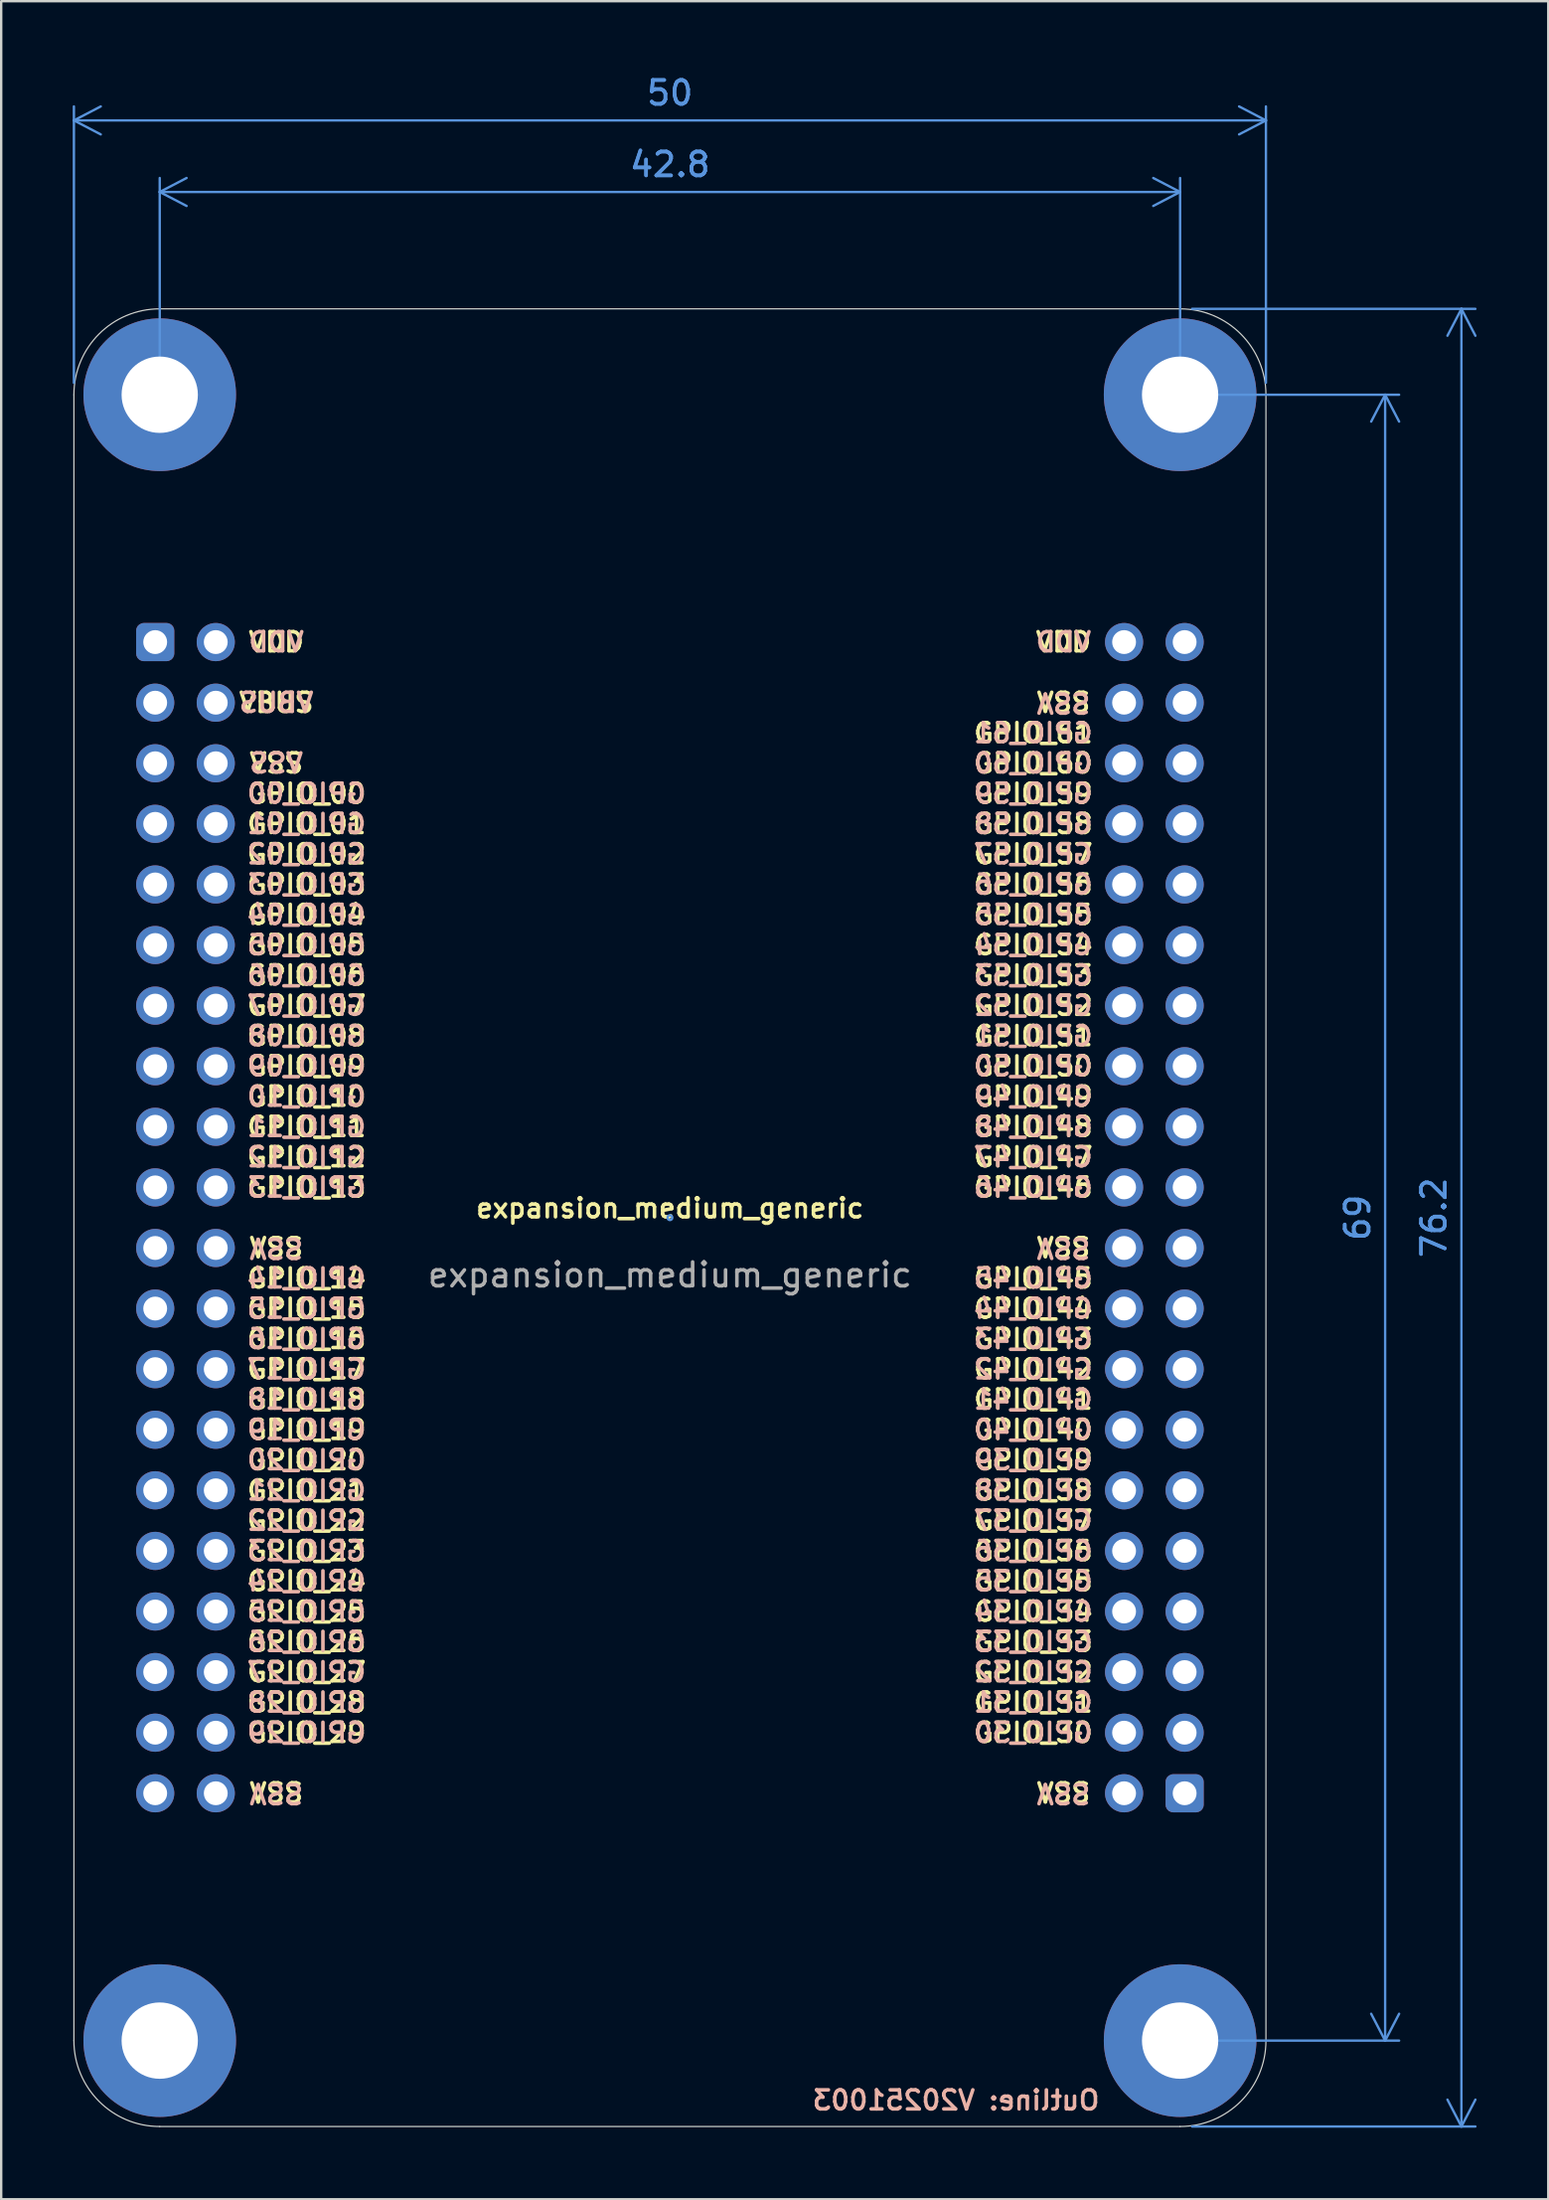
<source format=kicad_pcb>
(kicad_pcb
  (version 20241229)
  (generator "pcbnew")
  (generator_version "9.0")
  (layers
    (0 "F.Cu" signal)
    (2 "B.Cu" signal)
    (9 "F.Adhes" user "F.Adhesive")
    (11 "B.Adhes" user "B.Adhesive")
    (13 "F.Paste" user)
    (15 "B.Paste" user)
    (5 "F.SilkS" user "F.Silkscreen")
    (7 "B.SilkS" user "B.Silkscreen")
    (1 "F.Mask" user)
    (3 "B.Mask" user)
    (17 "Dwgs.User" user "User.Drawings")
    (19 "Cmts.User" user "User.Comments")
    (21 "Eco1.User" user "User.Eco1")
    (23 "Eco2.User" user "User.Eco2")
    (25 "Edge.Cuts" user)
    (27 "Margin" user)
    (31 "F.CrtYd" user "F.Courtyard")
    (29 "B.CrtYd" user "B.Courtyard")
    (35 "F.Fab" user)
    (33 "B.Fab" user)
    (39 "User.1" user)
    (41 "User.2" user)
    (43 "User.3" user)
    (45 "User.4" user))
  (footprint "expansion_medium_generic"
    (layer "F.Cu")
    (at 25.05 47.998)
    (property "Reference" "expansion_medium_generic" (at 0 -0.4 0) (unlocked yes) (layer "F.SilkS") (effects (font (size 0.8 0.8) (thickness 0.15))))
    (fp_circle (center 0 0) (end 0.1 0) (stroke (width 0.1) (type default)) (fill no) (layer "Cmts.User"))
    (fp_line (start -25 34.5) (end -25 -34.5) (stroke (width 0.05) (type solid)) (layer "Edge.Cuts"))
    (fp_line (start -21.4 -38.1) (end 21.4 -38.1) (stroke (width 0.05) (type default)) (layer "Edge.Cuts"))
    (fp_line (start 21.4 38.1) (end -21.4 38.1) (stroke (width 0.05) (type default)) (layer "Edge.Cuts"))
    (fp_line (start 25 -34.5) (end 25 34.5) (stroke (width 0.05) (type solid)) (layer "Edge.Cuts"))
    (fp_arc (start -25 -34.5) (mid -23.945584 -37.045584) (end -21.4 -38.1) (stroke (width 0.05) (type solid)) (layer "Edge.Cuts"))
    (fp_arc (start -21.4 38.1) (mid -23.945584 37.045584) (end -25 34.5) (stroke (width 0.05) (type solid)) (layer "Edge.Cuts"))
    (fp_arc (start 21.4 -38.1) (mid 23.945584 -37.045584) (end 25 -34.5) (stroke (width 0.05) (type solid)) (layer "Edge.Cuts"))
    (fp_arc (start 25 34.5) (mid 23.945584 37.045584) (end 21.4 38.1) (stroke (width 0.05) (type solid)) (layer "Edge.Cuts"))
    (fp_text user "VSS" (at 16.51 1.27 0) (unlocked yes) (layer "F.SilkS") (effects (font (size 0.8 0.8) (thickness 0.15) (bold yes))))
    (fp_text user "GPIO_48" (at 15.24 -3.81 0) (unlocked yes) (layer "F.SilkS") (effects (font (size 0.8 0.8) (thickness 0.15) (bold yes))))
    (fp_text user "GPIO_30" (at 15.24 21.59 0) (unlocked yes) (layer "F.SilkS") (effects (font (size 0.8 0.8) (thickness 0.15) (bold yes))))
    (fp_text user "GPIO_24" (at -15.24 15.24 0) (unlocked yes) (layer "F.SilkS") (effects (font (size 0.8 0.8) (thickness 0.15) (bold yes))))
    (fp_text user "GPIO_37" (at 15.24 12.7 0) (unlocked yes) (layer "F.SilkS") (effects (font (size 0.8 0.8) (thickness 0.15) (bold yes))))
    (fp_text user "VSS" (at -16.51 1.27 0) (unlocked yes) (layer "F.SilkS") (effects (font (size 0.8 0.8) (thickness 0.15) (bold yes))))
    (fp_text user "VBUS" (at -16.51 -21.59 0) (unlocked yes) (layer "F.SilkS") (effects (font (size 0.8 0.8) (thickness 0.15) (bold yes))))
    (fp_text user "GPIO_04" (at -15.24 -12.7 0) (unlocked yes) (layer "F.SilkS") (effects (font (size 0.8 0.8) (thickness 0.15) (bold yes))))
    (fp_text user "GPIO_57" (at 15.24 -15.24 0) (unlocked yes) (layer "F.SilkS") (effects (font (size 0.8 0.8) (thickness 0.15) (bold yes))))
    (fp_text user "VDD" (at 16.51 -24.13 0) (unlocked yes) (layer "F.SilkS") (effects (font (size 0.8 0.8) (thickness 0.15) (bold yes))))
    (fp_text user "GPIO_25" (at -15.24 16.51 0) (unlocked yes) (layer "F.SilkS") (effects (font (size 0.8 0.8) (thickness 0.15) (bold yes))))
    (fp_text user "GPIO_21" (at -15.24 11.43 0) (unlocked yes) (layer "F.SilkS") (effects (font (size 0.8 0.8) (thickness 0.15) (bold yes))))
    (fp_text user "GPIO_31" (at 15.24 20.32 0) (unlocked yes) (layer "F.SilkS") (effects (font (size 0.8 0.8) (thickness 0.15) (bold yes))))
    (fp_text user "GPIO_16" (at -15.24 5.08 0) (unlocked yes) (layer "F.SilkS") (effects (font (size 0.8 0.8) (thickness 0.15) (bold yes))))
    (fp_text user "GPIO_00" (at -15.24 -17.78 0) (unlocked yes) (layer "F.SilkS") (effects (font (size 0.8 0.8) (thickness 0.15) (bold yes))))
    (fp_text user "GPIO_33" (at 15.24 17.78 0) (unlocked yes) (layer "F.SilkS") (effects (font (size 0.8 0.8) (thickness 0.15) (bold yes))))
    (fp_text user "GPIO_13" (at -15.24 -1.27 0) (unlocked yes) (layer "F.SilkS") (effects (font (size 0.8 0.8) (thickness 0.15) (bold yes))))
    (fp_text user "GPIO_09" (at -15.24 -6.35 0) (unlocked yes) (layer "F.SilkS") (effects (font (size 0.8 0.8) (thickness 0.15) (bold yes))))
    (fp_text user "GPIO_02" (at -15.24 -15.24 0) (unlocked yes) (layer "F.SilkS") (effects (font (size 0.8 0.8) (thickness 0.15) (bold yes))))
    (fp_text user "GPIO_05" (at -15.24 -11.43 0) (unlocked yes) (layer "F.SilkS") (effects (font (size 0.8 0.8) (thickness 0.15) (bold yes))))
    (fp_text user "GPIO_59" (at 15.24 -17.78 0) (unlocked yes) (layer "F.SilkS") (effects (font (size 0.8 0.8) (thickness 0.15) (bold yes))))
    (fp_text user "GPIO_03" (at -15.24 -13.97 0) (unlocked yes) (layer "F.SilkS") (effects (font (size 0.8 0.8) (thickness 0.15) (bold yes))))
    (fp_text user "GPIO_06" (at -15.24 -10.16 0) (unlocked yes) (layer "F.SilkS") (effects (font (size 0.8 0.8) (thickness 0.15) (bold yes))))
    (fp_text user "GPIO_34" (at 15.24 16.51 0) (unlocked yes) (layer "F.SilkS") (effects (font (size 0.8 0.8) (thickness 0.15) (bold yes))))
    (fp_text user "GPIO_11" (at -15.24 -3.81 0) (unlocked yes) (layer "F.SilkS") (effects (font (size 0.8 0.8) (thickness 0.15) (bold yes))))
    (fp_text user "GPIO_28" (at -15.24 20.32 0) (unlocked yes) (layer "F.SilkS") (effects (font (size 0.8 0.8) (thickness 0.15) (bold yes))))
    (fp_text user "GPIO_27" (at -15.24 19.05 0) (unlocked yes) (layer "F.SilkS") (effects (font (size 0.8 0.8) (thickness 0.15) (bold yes))))
    (fp_text user "GPIO_41" (at 15.24 7.62 0) (unlocked yes) (layer "F.SilkS") (effects (font (size 0.8 0.8) (thickness 0.15) (bold yes))))
    (fp_text user "GPIO_01" (at -15.24 -16.51 0) (unlocked yes) (layer "F.SilkS") (effects (font (size 0.8 0.8) (thickness 0.15) (bold yes))))
    (fp_text user "GPIO_56" (at 15.24 -13.97 0) (unlocked yes) (layer "F.SilkS") (effects (font (size 0.8 0.8) (thickness 0.15) (bold yes))))
    (fp_text user "GPIO_49" (at 15.24 -5.08 0) (unlocked yes) (layer "F.SilkS") (effects (font (size 0.8 0.8) (thickness 0.15) (bold yes))))
    (fp_text user "VDD" (at -16.51 -24.13 0) (unlocked yes) (layer "F.SilkS") (effects (font (size 0.8 0.8) (thickness 0.15) (bold yes))))
    (fp_text user "GPIO_17" (at -15.24 6.35 0) (unlocked yes) (layer "F.SilkS") (effects (font (size 0.8 0.8) (thickness 0.15) (bold yes))))
    (fp_text user "GPIO_26" (at -15.24 17.78 0) (unlocked yes) (layer "F.SilkS") (effects (font (size 0.8 0.8) (thickness 0.15) (bold yes))))
    (fp_text user "GPIO_18" (at -15.24 7.62 0) (unlocked yes) (layer "F.SilkS") (effects (font (size 0.8 0.8) (thickness 0.15) (bold yes))))
    (fp_text user "VSS" (at -16.51 -19.05 0) (unlocked yes) (layer "F.SilkS") (effects (font (size 0.8 0.8) (thickness 0.15) (bold yes))))
    (fp_text user "GPIO_35" (at 15.24 15.24 0) (unlocked yes) (layer "F.SilkS") (effects (font (size 0.8 0.8) (thickness 0.15) (bold yes))))
    (fp_text user "GPIO_46" (at 15.24 -1.27 0) (unlocked yes) (layer "F.SilkS") (effects (font (size 0.8 0.8) (thickness 0.15) (bold yes))))
    (fp_text user "GPIO_10" (at -15.24 -5.08 0) (unlocked yes) (layer "F.SilkS") (effects (font (size 0.8 0.8) (thickness 0.15) (bold yes))))
    (fp_text user "GPIO_20" (at -15.24 10.16 0) (unlocked yes) (layer "F.SilkS") (effects (font (size 0.8 0.8) (thickness 0.15) (bold yes))))
    (fp_text user "GPIO_22" (at -15.24 12.7 0) (unlocked yes) (layer "F.SilkS") (effects (font (size 0.8 0.8) (thickness 0.15) (bold yes))))
    (fp_text user "GPIO_32" (at 15.24 19.05 0) (unlocked yes) (layer "F.SilkS") (effects (font (size 0.8 0.8) (thickness 0.15) (bold yes))))
    (fp_text user "GPIO_44" (at 15.24 3.81 0) (unlocked yes) (layer "F.SilkS") (effects (font (size 0.8 0.8) (thickness 0.15) (bold yes))))
    (fp_text user "GPIO_40" (at 15.24 8.89 0) (unlocked yes) (layer "F.SilkS") (effects (font (size 0.8 0.8) (thickness 0.15) (bold yes))))
    (fp_text user "GPIO_51" (at 15.24 -7.62 0) (unlocked yes) (layer "F.SilkS") (effects (font (size 0.8 0.8) (thickness 0.15) (bold yes))))
    (fp_text user "GPIO_53" (at 15.24 -10.16 0) (unlocked yes) (layer "F.SilkS") (effects (font (size 0.8 0.8) (thickness 0.15) (bold yes))))
    (fp_text user "GPIO_38" (at 15.24 11.43 0) (unlocked yes) (layer "F.SilkS") (effects (font (size 0.8 0.8) (thickness 0.15) (bold yes))))
    (fp_text user "GPIO_08" (at -15.24 -7.62 0) (unlocked yes) (layer "F.SilkS") (effects (font (size 0.8 0.8) (thickness 0.15) (bold yes))))
    (fp_text user "GPIO_58" (at 15.24 -16.51 0) (unlocked yes) (layer "F.SilkS") (effects (font (size 0.8 0.8) (thickness 0.15) (bold yes))))
    (fp_text user "GPIO_36" (at 15.24 13.97 0) (unlocked yes) (layer "F.SilkS") (effects (font (size 0.8 0.8) (thickness 0.15) (bold yes))))
    (fp_text user "GPIO_47" (at 15.24 -2.54 0) (unlocked yes) (layer "F.SilkS") (effects (font (size 0.8 0.8) (thickness 0.15) (bold yes))))
    (fp_text user "GPIO_23" (at -15.24 13.97 0) (unlocked yes) (layer "F.SilkS") (effects (font (size 0.8 0.8) (thickness 0.15) (bold yes))))
    (fp_text user "GPIO_15" (at -15.24 3.81 0) (unlocked yes) (layer "F.SilkS") (effects (font (size 0.8 0.8) (thickness 0.15) (bold yes))))
    (fp_text user "GPIO_19" (at -15.24 8.89 0) (unlocked yes) (layer "F.SilkS") (effects (font (size 0.8 0.8) (thickness 0.15) (bold yes))))
    (fp_text user "GPIO_07" (at -15.24 -8.89 0) (unlocked yes) (layer "F.SilkS") (effects (font (size 0.8 0.8) (thickness 0.15) (bold yes))))
    (fp_text user "GPIO_52" (at 15.24 -8.89 0) (unlocked yes) (layer "F.SilkS") (effects (font (size 0.8 0.8) (thickness 0.15) (bold yes))))
    (fp_text user "GPIO_55" (at 15.24 -12.7 0) (unlocked yes) (layer "F.SilkS") (effects (font (size 0.8 0.8) (thickness 0.15) (bold yes))))
    (fp_text user "GPIO_54" (at 15.24 -11.43 0) (unlocked yes) (layer "F.SilkS") (effects (font (size 0.8 0.8) (thickness 0.15) (bold yes))))
    (fp_text user "VSS" (at 16.51 -21.59 0) (unlocked yes) (layer "F.SilkS") (effects (font (size 0.8 0.8) (thickness 0.15) (bold yes))))
    (fp_text user "GPIO_42" (at 15.24 6.35 0) (unlocked yes) (layer "F.SilkS") (effects (font (size 0.8 0.8) (thickness 0.15) (bold yes))))
    (fp_text user "GPIO_43" (at 15.24 5.08 0) (unlocked yes) (layer "F.SilkS") (effects (font (size 0.8 0.8) (thickness 0.15) (bold yes))))
    (fp_text user "GPIO_61" (at 15.24 -20.32 0) (unlocked yes) (layer "F.SilkS") (effects (font (size 0.8 0.8) (thickness 0.15) (bold yes))))
    (fp_text user "GPIO_14" (at -15.24 2.54 0) (unlocked yes) (layer "F.SilkS") (effects (font (size 0.8 0.8) (thickness 0.15) (bold yes))))
    (fp_text user "GPIO_12" (at -15.24 -2.54 0) (unlocked yes) (layer "F.SilkS") (effects (font (size 0.8 0.8) (thickness 0.15) (bold yes))))
    (fp_text user "GPIO_50" (at 15.24 -6.35 0) (unlocked yes) (layer "F.SilkS") (effects (font (size 0.8 0.8) (thickness 0.15) (bold yes))))
    (fp_text user "GPIO_39" (at 15.24 10.16 0) (unlocked yes) (layer "F.SilkS") (effects (font (size 0.8 0.8) (thickness 0.15) (bold yes))))
    (fp_text user "VSS" (at 16.51 24.13 0) (unlocked yes) (layer "F.SilkS") (effects (font (size 0.8 0.8) (thickness 0.15) (bold yes))))
    (fp_text user "GPIO_29" (at -15.24 21.59 0) (unlocked yes) (layer "F.SilkS") (effects (font (size 0.8 0.8) (thickness 0.15) (bold yes))))
    (fp_text user "GPIO_60" (at 15.24 -19.05 0) (unlocked yes) (layer "F.SilkS") (effects (font (size 0.8 0.8) (thickness 0.15) (bold yes))))
    (fp_text user "VSS" (at -16.51 24.13 0) (unlocked yes) (layer "F.SilkS") (effects (font (size 0.8 0.8) (thickness 0.15) (bold yes))))
    (fp_text user "GPIO_45" (at 15.24 2.54 0) (unlocked yes) (layer "F.SilkS") (effects (font (size 0.8 0.8) (thickness 0.15) (bold yes))))
    (fp_text user "GPIO_50" (at 15.24 -6.35 0) (unlocked yes) (layer "B.SilkS") (effects (font (size 0.8 0.8) (thickness 0.15) (bold yes)) (justify mirror)))
    (fp_text user "GPIO_42" (at 15.24 6.35 0) (unlocked yes) (layer "B.SilkS") (effects (font (size 0.8 0.8) (thickness 0.15) (bold yes)) (justify mirror)))
    (fp_text user "GPIO_59" (at 15.24 -17.78 0) (unlocked yes) (layer "B.SilkS") (effects (font (size 0.8 0.8) (thickness 0.15) (bold yes)) (justify mirror)))
    (fp_text user "GPIO_38" (at 15.24 11.43 0) (unlocked yes) (layer "B.SilkS") (effects (font (size 0.8 0.8) (thickness 0.15) (bold yes)) (justify mirror)))
    (fp_text user "GPIO_51" (at 15.24 -7.62 0) (unlocked yes) (layer "B.SilkS") (effects (font (size 0.8 0.8) (thickness 0.15) (bold yes)) (justify mirror)))
    (fp_text user "GPIO_34" (at 15.24 16.51 0) (unlocked yes) (layer "B.SilkS") (effects (font (size 0.8 0.8) (thickness 0.15) (bold yes)) (justify mirror)))
    (fp_text user "GPIO_13" (at -15.24 -1.27 0) (unlocked yes) (layer "B.SilkS") (effects (font (size 0.8 0.8) (thickness 0.15) (bold yes)) (justify mirror)))
    (fp_text user "GPIO_22" (at -15.24 12.7 0) (unlocked yes) (layer "B.SilkS") (effects (font (size 0.8 0.8) (thickness 0.15) (bold yes)) (justify mirror)))
    (fp_text user "GPIO_04" (at -15.24 -12.7 0) (unlocked yes) (layer "B.SilkS") (effects (font (size 0.8 0.8) (thickness 0.15) (bold yes)) (justify mirror)))
    (fp_text user "GPIO_56" (at 15.24 -13.97 0) (unlocked yes) (layer "B.SilkS") (effects (font (size 0.8 0.8) (thickness 0.15) (bold yes)) (justify mirror)))
    (fp_text user "GPIO_31" (at 15.24 20.32 0) (unlocked yes) (layer "B.SilkS") (effects (font (size 0.8 0.8) (thickness 0.15) (bold yes)) (justify mirror)))
    (fp_text user "GPIO_16" (at -15.24 5.08 0) (unlocked yes) (layer "B.SilkS") (effects (font (size 0.8 0.8) (thickness 0.15) (bold yes)) (justify mirror)))
    (fp_text user "VSS" (at -16.51 24.13 180) (unlocked yes) (layer "B.SilkS") (effects (font (size 0.8 0.8) (thickness 0.15) (bold yes)) (justify mirror)))
    (fp_text user "GPIO_19" (at -15.24 8.89 0) (unlocked yes) (layer "B.SilkS") (effects (font (size 0.8 0.8) (thickness 0.15) (bold yes)) (justify mirror)))
    (fp_text user "GPIO_35" (at 15.24 15.24 0) (unlocked yes) (layer "B.SilkS") (effects (font (size 0.8 0.8) (thickness 0.15) (bold yes)) (justify mirror)))
    (fp_text user "GPIO_00" (at -15.24 -17.78 0) (unlocked yes) (layer "B.SilkS") (effects (font (size 0.8 0.8) (thickness 0.15) (bold yes)) (justify mirror)))
    (fp_text user "GPIO_15" (at -15.24 3.81 0) (unlocked yes) (layer "B.SilkS") (effects (font (size 0.8 0.8) (thickness 0.15) (bold yes)) (justify mirror)))
    (fp_text user "GPIO_57" (at 15.24 -15.24 0) (unlocked yes) (layer "B.SilkS") (effects (font (size 0.8 0.8) (thickness 0.15) (bold yes)) (justify mirror)))
    (fp_text user "GPIO_43" (at 15.24 5.08 0) (unlocked yes) (layer "B.SilkS") (effects (font (size 0.8 0.8) (thickness 0.15) (bold yes)) (justify mirror)))
    (fp_text user "GPIO_20" (at -15.24 10.16 0) (unlocked yes) (layer "B.SilkS") (effects (font (size 0.8 0.8) (thickness 0.15) (bold yes)) (justify mirror)))
    (fp_text user "GPIO_12" (at -15.24 -2.54 0) (unlocked yes) (layer "B.SilkS") (effects (font (size 0.8 0.8) (thickness 0.15) (bold yes)) (justify mirror)))
    (fp_text user "GPIO_10" (at -15.24 -5.08 0) (unlocked yes) (layer "B.SilkS") (effects (font (size 0.8 0.8) (thickness 0.15) (bold yes)) (justify mirror)))
    (fp_text user "GPIO_21" (at -15.24 11.43 0) (unlocked yes) (layer "B.SilkS") (effects (font (size 0.8 0.8) (thickness 0.15) (bold yes)) (justify mirror)))
    (fp_text user "GPIO_18" (at -15.24 7.62 0) (unlocked yes) (layer "B.SilkS") (effects (font (size 0.8 0.8) (thickness 0.15) (bold yes)) (justify mirror)))
    (fp_text user "GPIO_33" (at 15.24 17.78 0) (unlocked yes) (layer "B.SilkS") (effects (font (size 0.8 0.8) (thickness 0.15) (bold yes)) (justify mirror)))
    (fp_text user "GPIO_29" (at -15.24 21.59 0) (unlocked yes) (layer "B.SilkS") (effects (font (size 0.8 0.8) (thickness 0.15) (bold yes)) (justify mirror)))
    (fp_text user "GPIO_58" (at 15.24 -16.51 0) (unlocked yes) (layer "B.SilkS") (effects (font (size 0.8 0.8) (thickness 0.15) (bold yes)) (justify mirror)))
    (fp_text user "GPIO_52" (at 15.24 -8.89 0) (unlocked yes) (layer "B.SilkS") (effects (font (size 0.8 0.8) (thickness 0.15) (bold yes)) (justify mirror)))
    (fp_text user "GPIO_07" (at -15.24 -8.89 0) (unlocked yes) (layer "B.SilkS") (effects (font (size 0.8 0.8) (thickness 0.15) (bold yes)) (justify mirror)))
    (fp_text user "GPIO_08" (at -15.24 -7.62 0) (unlocked yes) (layer "B.SilkS") (effects (font (size 0.8 0.8) (thickness 0.15) (bold yes)) (justify mirror)))
    (fp_text user "VSS" (at 16.51 1.27 180) (unlocked yes) (layer "B.SilkS") (effects (font (size 0.8 0.8) (thickness 0.15) (bold yes)) (justify mirror)))
    (fp_text user "GPIO_44" (at 15.24 3.81 0) (unlocked yes) (layer "B.SilkS") (effects (font (size 0.8 0.8) (thickness 0.15) (bold yes)) (justify mirror)))
    (fp_text user "VSS" (at -16.51 1.27 180) (unlocked yes) (layer "B.SilkS") (effects (font (size 0.8 0.8) (thickness 0.15) (bold yes)) (justify mirror)))
    (fp_text user "GPIO_01" (at -15.24 -16.51 0) (unlocked yes) (layer "B.SilkS") (effects (font (size 0.8 0.8) (thickness 0.15) (bold yes)) (justify mirror)))
    (fp_text user "VDD" (at 16.51 -24.13 0) (unlocked yes) (layer "B.SilkS") (effects (font (size 0.8 0.8) (thickness 0.15) (bold yes)) (justify mirror)))
    (fp_text user "GPIO_41" (at 15.24 7.62 0) (unlocked yes) (layer "B.SilkS") (effects (font (size 0.8 0.8) (thickness 0.15) (bold yes)) (justify mirror)))
    (fp_text user "GPIO_39" (at 15.24 10.16 0) (unlocked yes) (layer "B.SilkS") (effects (font (size 0.8 0.8) (thickness 0.15) (bold yes)) (justify mirror)))
    (fp_text user "VDD" (at -16.51 -24.13 0) (unlocked yes) (layer "B.SilkS") (effects (font (size 0.8 0.8) (thickness 0.15) (bold yes)) (justify mirror)))
    (fp_text user "GPIO_30" (at 15.24 21.59 0) (unlocked yes) (layer "B.SilkS") (effects (font (size 0.8 0.8) (thickness 0.15) (bold yes)) (justify mirror)))
    (fp_text user "GPIO_02" (at -15.24 -15.24 0) (unlocked yes) (layer "B.SilkS") (effects (font (size 0.8 0.8) (thickness 0.15) (bold yes)) (justify mirror)))
    (fp_text user "GPIO_14" (at -15.24 2.54 0) (unlocked yes) (layer "B.SilkS") (effects (font (size 0.8 0.8) (thickness 0.15) (bold yes)) (justify mirror)))
    (fp_text user "GPIO_27" (at -15.24 19.05 0) (unlocked yes) (layer "B.SilkS") (effects (font (size 0.8 0.8) (thickness 0.15) (bold yes)) (justify mirror)))
    (fp_text user "GPIO_17" (at -15.24 6.35 0) (unlocked yes) (layer "B.SilkS") (effects (font (size 0.8 0.8) (thickness 0.15) (bold yes)) (justify mirror)))
    (fp_text user "GPIO_55" (at 15.24 -12.7 0) (unlocked yes) (layer "B.SilkS") (effects (font (size 0.8 0.8) (thickness 0.15) (bold yes)) (justify mirror)))
    (fp_text user "GPIO_09" (at -15.24 -6.35 0) (unlocked yes) (layer "B.SilkS") (effects (font (size 0.8 0.8) (thickness 0.15) (bold yes)) (justify mirror)))
    (fp_text user "GPIO_03" (at -15.24 -13.97 0) (unlocked yes) (layer "B.SilkS") (effects (font (size 0.8 0.8) (thickness 0.15) (bold yes)) (justify mirror)))
    (fp_text user "Outline: V20251003" (at 12 37 0) (unlocked yes) (layer "B.SilkS") (effects (font (size 0.8 0.8) (thickness 0.15) (bold yes)) (justify mirror)))
    (fp_text user "GPIO_32" (at 15.24 19.05 0) (unlocked yes) (layer "B.SilkS") (effects (font (size 0.8 0.8) (thickness 0.15) (bold yes)) (justify mirror)))
    (fp_text user "GPIO_36" (at 15.24 13.97 0) (unlocked yes) (layer "B.SilkS") (effects (font (size 0.8 0.8) (thickness 0.15) (bold yes)) (justify mirror)))
    (fp_text user "GPIO_11" (at -15.24 -3.81 0) (unlocked yes) (layer "B.SilkS") (effects (font (size 0.8 0.8) (thickness 0.15) (bold yes)) (justify mirror)))
    (fp_text user "GPIO_54" (at 15.24 -11.43 0) (unlocked yes) (layer "B.SilkS") (effects (font (size 0.8 0.8) (thickness 0.15) (bold yes)) (justify mirror)))
    (fp_text user "GPIO_26" (at -15.24 17.78 0) (unlocked yes) (layer "B.SilkS") (effects (font (size 0.8 0.8) (thickness 0.15) (bold yes)) (justify mirror)))
    (fp_text user "GPIO_28" (at -15.24 20.32 0) (unlocked yes) (layer "B.SilkS") (effects (font (size 0.8 0.8) (thickness 0.15) (bold yes)) (justify mirror)))
    (fp_text user "GPIO_61" (at 15.24 -20.32 0) (unlocked yes) (layer "B.SilkS") (effects (font (size 0.8 0.8) (thickness 0.15) (bold yes)) (justify mirror)))
    (fp_text user "GPIO_60" (at 15.24 -19.05 0) (unlocked yes) (layer "B.SilkS") (effects (font (size 0.8 0.8) (thickness 0.15) (bold yes)) (justify mirror)))
    (fp_text user "VSS" (at 16.51 -21.59 180) (unlocked yes) (layer "B.SilkS") (effects (font (size 0.8 0.8) (thickness 0.15) (bold yes)) (justify mirror)))
    (fp_text user "VBUS" (at -16.51 -21.59 0) (unlocked yes) (layer "B.SilkS") (effects (font (size 0.8 0.8) (thickness 0.15) (bold yes)) (justify mirror)))
    (fp_text user "VSS" (at 16.51 24.13 180) (unlocked yes) (layer "B.SilkS") (effects (font (size 0.8 0.8) (thickness 0.15) (bold yes)) (justify mirror)))
    (fp_text user "GPIO_24" (at -15.24 15.24 0) (unlocked yes) (layer "B.SilkS") (effects (font (size 0.8 0.8) (thickness 0.15) (bold yes)) (justify mirror)))
    (fp_text user "GPIO_06" (at -15.24 -10.16 0) (unlocked yes) (layer "B.SilkS") (effects (font (size 0.8 0.8) (thickness 0.15) (bold yes)) (justify mirror)))
    (fp_text user "GPIO_37" (at 15.24 12.7 0) (unlocked yes) (layer "B.SilkS") (effects (font (size 0.8 0.8) (thickness 0.15) (bold yes)) (justify mirror)))
    (fp_text user "GPIO_47" (at 15.24 -2.54 0) (unlocked yes) (layer "B.SilkS") (effects (font (size 0.8 0.8) (thickness 0.15) (bold yes)) (justify mirror)))
    (fp_text user "GPIO_40" (at 15.24 8.89 0) (unlocked yes) (layer "B.SilkS") (effects (font (size 0.8 0.8) (thickness 0.15) (bold yes)) (justify mirror)))
    (fp_text user "VSS" (at -16.51 -19.05 0) (unlocked yes) (layer "B.SilkS") (effects (font (size 0.8 0.8) (thickness 0.15) (bold yes)) (justify mirror)))
    (fp_text user "GPIO_05" (at -15.24 -11.43 0) (unlocked yes) (layer "B.SilkS") (effects (font (size 0.8 0.8) (thickness 0.15) (bold yes)) (justify mirror)))
    (fp_text user "GPIO_48" (at 15.24 -3.81 0) (unlocked yes) (layer "B.SilkS") (effects (font (size 0.8 0.8) (thickness 0.15) (bold yes)) (justify mirror)))
    (fp_text user "GPIO_46" (at 15.24 -1.27 0) (unlocked yes) (layer "B.SilkS") (effects (font (size 0.8 0.8) (thickness 0.15) (bold yes)) (justify mirror)))
    (fp_text user "GPIO_49" (at 15.24 -5.08 0) (unlocked yes) (layer "B.SilkS") (effects (font (size 0.8 0.8) (thickness 0.15) (bold yes)) (justify mirror)))
    (fp_text user "GPIO_45" (at 15.24 2.54 0) (unlocked yes) (layer "B.SilkS") (effects (font (size 0.8 0.8) (thickness 0.15) (bold yes)) (justify mirror)))
    (fp_text user "GPIO_23" (at -15.24 13.97 0) (unlocked yes) (layer "B.SilkS") (effects (font (size 0.8 0.8) (thickness 0.15) (bold yes)) (justify mirror)))
    (fp_text user "GPIO_25" (at -15.24 16.51 0) (unlocked yes) (layer "B.SilkS") (effects (font (size 0.8 0.8) (thickness 0.15) (bold yes)) (justify mirror)))
    (fp_text user "GPIO_53" (at 15.24 -10.16 0) (unlocked yes) (layer "B.SilkS") (effects (font (size 0.8 0.8) (thickness 0.15) (bold yes)) (justify mirror)))
    (fp_text user "${REFERENCE}" (at 0 2.4 0) (unlocked yes) (layer "F.Fab") (effects (font (size 1 1) (thickness 0.15))))
    (dimension (type orthogonal) (layer "Cmts.User") (pts (xy 3.65 13.498) (xy 46.45 13.498)) (height -8.5) (orientation 0) (format (prefix "") (suffix "") (units 3) (units_format 0) (precision 4) (suppress_zeroes yes)) (style (thickness 0.1) (arrow_length 1.27) (text_position_mode 0) (arrow_direction outward) (extension_height 0.586) (extension_offset 0.5) (keep_text_aligned yes)) (gr_text "42.8" (at 25.05 3.848 0) (layer "Cmts.User") (effects (font (size 1 1) (thickness 0.15)))))
    (dimension (type orthogonal) (layer "Cmts.User") (pts (xy 46.45 86.098) (xy 46.45 9.898)) (height 11.8) (orientation 1) (format (prefix "") (suffix "") (units 3) (units_format 0) (precision 4) (suppress_zeroes yes)) (style (thickness 0.1) (arrow_length 1.27) (text_position_mode 0) (arrow_direction outward) (extension_height 0.586) (extension_offset 0.5) (keep_text_aligned yes)) (gr_text "76.2" (at 57.1 47.998 90) (layer "Cmts.User") (effects (font (size 1 1) (thickness 0.15)))))
    (dimension (type orthogonal) (layer "Cmts.User") (pts (xy 46.45 13.498) (xy 46.45 82.498)) (height 8.6) (orientation 1) (format (prefix "") (suffix "") (units 3) (units_format 0) (precision 4) (suppress_zeroes yes)) (style (thickness 0.1) (arrow_length 1.27) (text_position_mode 0) (arrow_direction outward) (extension_height 0.586) (extension_offset 0.5) (keep_text_aligned yes)) (gr_text "69" (at 53.9 47.998 90) (layer "Cmts.User") (effects (font (size 1 1) (thickness 0.15)))))
    (dimension (type orthogonal) (layer "Cmts.User") (pts (xy 0.05 13.498) (xy 50.05 13.498)) (height -11.5) (orientation 0) (format (prefix "") (suffix "") (units 3) (units_format 0) (precision 4) (suppress_zeroes yes)) (style (thickness 0.1) (arrow_length 1.27) (text_position_mode 0) (arrow_direction outward) (extension_height 0.586) (extension_offset 0.5) (keep_text_aligned yes)) (gr_text "50" (at 25.05 0.848 0) (layer "Cmts.User") (effects (font (size 1 1) (thickness 0.15)))))
    (pad "1" thru_hole roundrect (at -21.59 -24.13) (size 1.6 1.6) (drill 1) (layers "*.Cu" "*.Mask") (roundrect_rratio 0.2))
    (pad "2" thru_hole circle (at -19.05 -24.13) (size 1.6 1.6) (drill 1) (layers "*.Cu" "*.Mask"))
    (pad "3" thru_hole circle (at -21.59 -21.59) (size 1.6 1.6) (drill 1) (layers "*.Cu" "*.Mask"))
    (pad "4" thru_hole circle (at -19.05 -21.59) (size 1.6 1.6) (drill 1) (layers "*.Cu" "*.Mask"))
    (pad "5" thru_hole circle (at -21.59 -19.05) (size 1.6 1.6) (drill 1) (layers "*.Cu" "*.Mask"))
    (pad "6" thru_hole circle (at -19.05 -19.05) (size 1.6 1.6) (drill 1) (layers "*.Cu" "*.Mask"))
    (pad "7" thru_hole circle (at -21.59 -16.51) (size 1.6 1.6) (drill 1) (layers "*.Cu" "*.Mask"))
    (pad "8" thru_hole circle (at -19.05 -16.51) (size 1.6 1.6) (drill 1) (layers "*.Cu" "*.Mask"))
    (pad "9" thru_hole circle (at -21.59 -13.97) (size 1.6 1.6) (drill 1) (layers "*.Cu" "*.Mask"))
    (pad "10" thru_hole circle (at -19.05 -13.97) (size 1.6 1.6) (drill 1) (layers "*.Cu" "*.Mask"))
    (pad "11" thru_hole circle (at -21.59 -11.43) (size 1.6 1.6) (drill 1) (layers "*.Cu" "*.Mask"))
    (pad "12" thru_hole circle (at -19.05 -11.43) (size 1.6 1.6) (drill 1) (layers "*.Cu" "*.Mask"))
    (pad "13" thru_hole circle (at -21.59 -8.89) (size 1.6 1.6) (drill 1) (layers "*.Cu" "*.Mask"))
    (pad "14" thru_hole circle (at -19.05 -8.89) (size 1.6 1.6) (drill 1) (layers "*.Cu" "*.Mask"))
    (pad "15" thru_hole circle (at -21.59 -6.35) (size 1.6 1.6) (drill 1) (layers "*.Cu" "*.Mask"))
    (pad "16" thru_hole circle (at -19.05 -6.35) (size 1.6 1.6) (drill 1) (layers "*.Cu" "*.Mask"))
    (pad "17" thru_hole circle (at -21.59 -3.81) (size 1.6 1.6) (drill 1) (layers "*.Cu" "*.Mask"))
    (pad "18" thru_hole circle (at -19.05 -3.81) (size 1.6 1.6) (drill 1) (layers "*.Cu" "*.Mask"))
    (pad "19" thru_hole circle (at -21.59 -1.27) (size 1.6 1.6) (drill 1) (layers "*.Cu" "*.Mask"))
    (pad "20" thru_hole circle (at -19.05 -1.27) (size 1.6 1.6) (drill 1) (layers "*.Cu" "*.Mask"))
    (pad "21" thru_hole circle (at -21.59 1.27) (size 1.6 1.6) (drill 1) (layers "*.Cu" "*.Mask"))
    (pad "22" thru_hole circle (at -19.05 1.27) (size 1.6 1.6) (drill 1) (layers "*.Cu" "*.Mask"))
    (pad "23" thru_hole circle (at -21.59 3.81) (size 1.6 1.6) (drill 1) (layers "*.Cu" "*.Mask"))
    (pad "24" thru_hole circle (at -19.05 3.81) (size 1.6 1.6) (drill 1) (layers "*.Cu" "*.Mask"))
    (pad "25" thru_hole circle (at -21.59 6.35) (size 1.6 1.6) (drill 1) (layers "*.Cu" "*.Mask"))
    (pad "26" thru_hole circle (at -19.05 6.35) (size 1.6 1.6) (drill 1) (layers "*.Cu" "*.Mask"))
    (pad "27" thru_hole circle (at -21.59 8.89) (size 1.6 1.6) (drill 1) (layers "*.Cu" "*.Mask"))
    (pad "28" thru_hole circle (at -19.05 8.89) (size 1.6 1.6) (drill 1) (layers "*.Cu" "*.Mask"))
    (pad "29" thru_hole circle (at -21.59 11.43) (size 1.6 1.6) (drill 1) (layers "*.Cu" "*.Mask"))
    (pad "30" thru_hole circle (at -19.05 11.43) (size 1.6 1.6) (drill 1) (layers "*.Cu" "*.Mask"))
    (pad "31" thru_hole circle (at -21.59 13.97) (size 1.6 1.6) (drill 1) (layers "*.Cu" "*.Mask"))
    (pad "32" thru_hole circle (at -19.05 13.97) (size 1.6 1.6) (drill 1) (layers "*.Cu" "*.Mask"))
    (pad "33" thru_hole circle (at -21.59 16.51) (size 1.6 1.6) (drill 1) (layers "*.Cu" "*.Mask"))
    (pad "34" thru_hole circle (at -19.05 16.51) (size 1.6 1.6) (drill 1) (layers "*.Cu" "*.Mask"))
    (pad "35" thru_hole circle (at -21.59 19.05) (size 1.6 1.6) (drill 1) (layers "*.Cu" "*.Mask"))
    (pad "36" thru_hole circle (at -19.05 19.05) (size 1.6 1.6) (drill 1) (layers "*.Cu" "*.Mask"))
    (pad "37" thru_hole circle (at -21.59 21.59) (size 1.6 1.6) (drill 1) (layers "*.Cu" "*.Mask"))
    (pad "38" thru_hole circle (at -19.05 21.59) (size 1.6 1.6) (drill 1) (layers "*.Cu" "*.Mask"))
    (pad "39" thru_hole circle (at -21.59 24.13) (size 1.6 1.6) (drill 1) (layers "*.Cu" "*.Mask"))
    (pad "40" thru_hole circle (at -19.05 24.13) (size 1.6 1.6) (drill 1) (layers "*.Cu" "*.Mask"))
    (pad "41" thru_hole roundrect (at 21.59 24.13) (size 1.6 1.6) (drill 1) (layers "*.Cu" "*.Mask") (roundrect_rratio 0.2))
    (pad "42" thru_hole circle (at 19.05 24.13) (size 1.6 1.6) (drill 1) (layers "*.Cu" "*.Mask"))
    (pad "43" thru_hole circle (at 21.59 21.59) (size 1.6 1.6) (drill 1) (layers "*.Cu" "*.Mask"))
    (pad "44" thru_hole circle (at 19.05 21.59) (size 1.6 1.6) (drill 1) (layers "*.Cu" "*.Mask"))
    (pad "45" thru_hole circle (at 21.59 19.05) (size 1.6 1.6) (drill 1) (layers "*.Cu" "*.Mask"))
    (pad "46" thru_hole circle (at 19.05 19.05) (size 1.6 1.6) (drill 1) (layers "*.Cu" "*.Mask"))
    (pad "47" thru_hole circle (at 21.59 16.51) (size 1.6 1.6) (drill 1) (layers "*.Cu" "*.Mask"))
    (pad "48" thru_hole circle (at 19.05 16.51) (size 1.6 1.6) (drill 1) (layers "*.Cu" "*.Mask"))
    (pad "49" thru_hole circle (at 21.59 13.97) (size 1.6 1.6) (drill 1) (layers "*.Cu" "*.Mask"))
    (pad "50" thru_hole circle (at 19.05 13.97) (size 1.6 1.6) (drill 1) (layers "*.Cu" "*.Mask"))
    (pad "51" thru_hole circle (at 21.59 11.43) (size 1.6 1.6) (drill 1) (layers "*.Cu" "*.Mask"))
    (pad "52" thru_hole circle (at 19.05 11.43) (size 1.6 1.6) (drill 1) (layers "*.Cu" "*.Mask"))
    (pad "53" thru_hole circle (at 21.59 8.89) (size 1.6 1.6) (drill 1) (layers "*.Cu" "*.Mask"))
    (pad "54" thru_hole circle (at 19.05 8.89) (size 1.6 1.6) (drill 1) (layers "*.Cu" "*.Mask"))
    (pad "55" thru_hole circle (at 21.59 6.35) (size 1.6 1.6) (drill 1) (layers "*.Cu" "*.Mask"))
    (pad "56" thru_hole circle (at 19.05 6.35) (size 1.6 1.6) (drill 1) (layers "*.Cu" "*.Mask"))
    (pad "57" thru_hole circle (at 21.59 3.81) (size 1.6 1.6) (drill 1) (layers "*.Cu" "*.Mask"))
    (pad "58" thru_hole circle (at 19.05 3.81) (size 1.6 1.6) (drill 1) (layers "*.Cu" "*.Mask"))
    (pad "59" thru_hole circle (at 21.59 1.27) (size 1.6 1.6) (drill 1) (layers "*.Cu" "*.Mask"))
    (pad "60" thru_hole circle (at 19.05 1.27) (size 1.6 1.6) (drill 1) (layers "*.Cu" "*.Mask"))
    (pad "61" thru_hole circle (at 21.59 -1.27) (size 1.6 1.6) (drill 1) (layers "*.Cu" "*.Mask"))
    (pad "62" thru_hole circle (at 19.05 -1.27) (size 1.6 1.6) (drill 1) (layers "*.Cu" "*.Mask"))
    (pad "63" thru_hole circle (at 21.59 -3.81) (size 1.6 1.6) (drill 1) (layers "*.Cu" "*.Mask"))
    (pad "64" thru_hole circle (at 19.05 -3.81) (size 1.6 1.6) (drill 1) (layers "*.Cu" "*.Mask"))
    (pad "65" thru_hole circle (at 21.59 -6.35) (size 1.6 1.6) (drill 1) (layers "*.Cu" "*.Mask"))
    (pad "66" thru_hole circle (at 19.05 -6.35) (size 1.6 1.6) (drill 1) (layers "*.Cu" "*.Mask"))
    (pad "67" thru_hole circle (at 21.59 -8.89) (size 1.6 1.6) (drill 1) (layers "*.Cu" "*.Mask"))
    (pad "68" thru_hole circle (at 19.05 -8.89) (size 1.6 1.6) (drill 1) (layers "*.Cu" "*.Mask"))
    (pad "69" thru_hole circle (at 21.59 -11.43) (size 1.6 1.6) (drill 1) (layers "*.Cu" "*.Mask"))
    (pad "70" thru_hole circle (at 19.05 -11.43) (size 1.6 1.6) (drill 1) (layers "*.Cu" "*.Mask"))
    (pad "71" thru_hole circle (at 21.59 -13.97) (size 1.6 1.6) (drill 1) (layers "*.Cu" "*.Mask"))
    (pad "72" thru_hole circle (at 19.05 -13.97) (size 1.6 1.6) (drill 1) (layers "*.Cu" "*.Mask"))
    (pad "73" thru_hole circle (at 21.59 -16.51) (size 1.6 1.6) (drill 1) (layers "*.Cu" "*.Mask"))
    (pad "74" thru_hole circle (at 19.05 -16.51) (size 1.6 1.6) (drill 1) (layers "*.Cu" "*.Mask"))
    (pad "75" thru_hole circle (at 21.59 -19.05) (size 1.6 1.6) (drill 1) (layers "*.Cu" "*.Mask"))
    (pad "76" thru_hole circle (at 19.05 -19.05) (size 1.6 1.6) (drill 1) (layers "*.Cu" "*.Mask"))
    (pad "77" thru_hole circle (at 21.59 -21.59) (size 1.6 1.6) (drill 1) (layers "*.Cu" "*.Mask"))
    (pad "78" thru_hole circle (at 19.05 -21.59) (size 1.6 1.6) (drill 1) (layers "*.Cu" "*.Mask"))
    (pad "79" thru_hole circle (at 21.59 -24.13) (size 1.6 1.6) (drill 1) (layers "*.Cu" "*.Mask"))
    (pad "80" thru_hole circle (at 19.05 -24.13) (size 1.6 1.6) (drill 1) (layers "*.Cu" "*.Mask"))
    (pad "M1" thru_hole circle (at -21.4 -34.5) (size 6.4 6.4) (drill 3.2) (layers "*.Cu" "*.Mask"))
    (pad "M2" thru_hole circle (at -21.4 34.5) (size 6.4 6.4) (drill 3.2) (layers "*.Cu" "*.Mask"))
    (pad "M3" thru_hole circle (at 21.4 34.5) (size 6.4 6.4) (drill 3.2) (layers "*.Cu" "*.Mask"))
    (pad "M4" thru_hole circle (at 21.4 -34.5) (size 6.4 6.4) (drill 3.2) (layers "*.Cu" "*.Mask")))
  (gr_rect
    (start -3 -3)
    (end 61.892 89.148)
    (stroke (width 0.1) (type default))
    (fill no)
    (layer "Edge.Cuts")))
</source>
